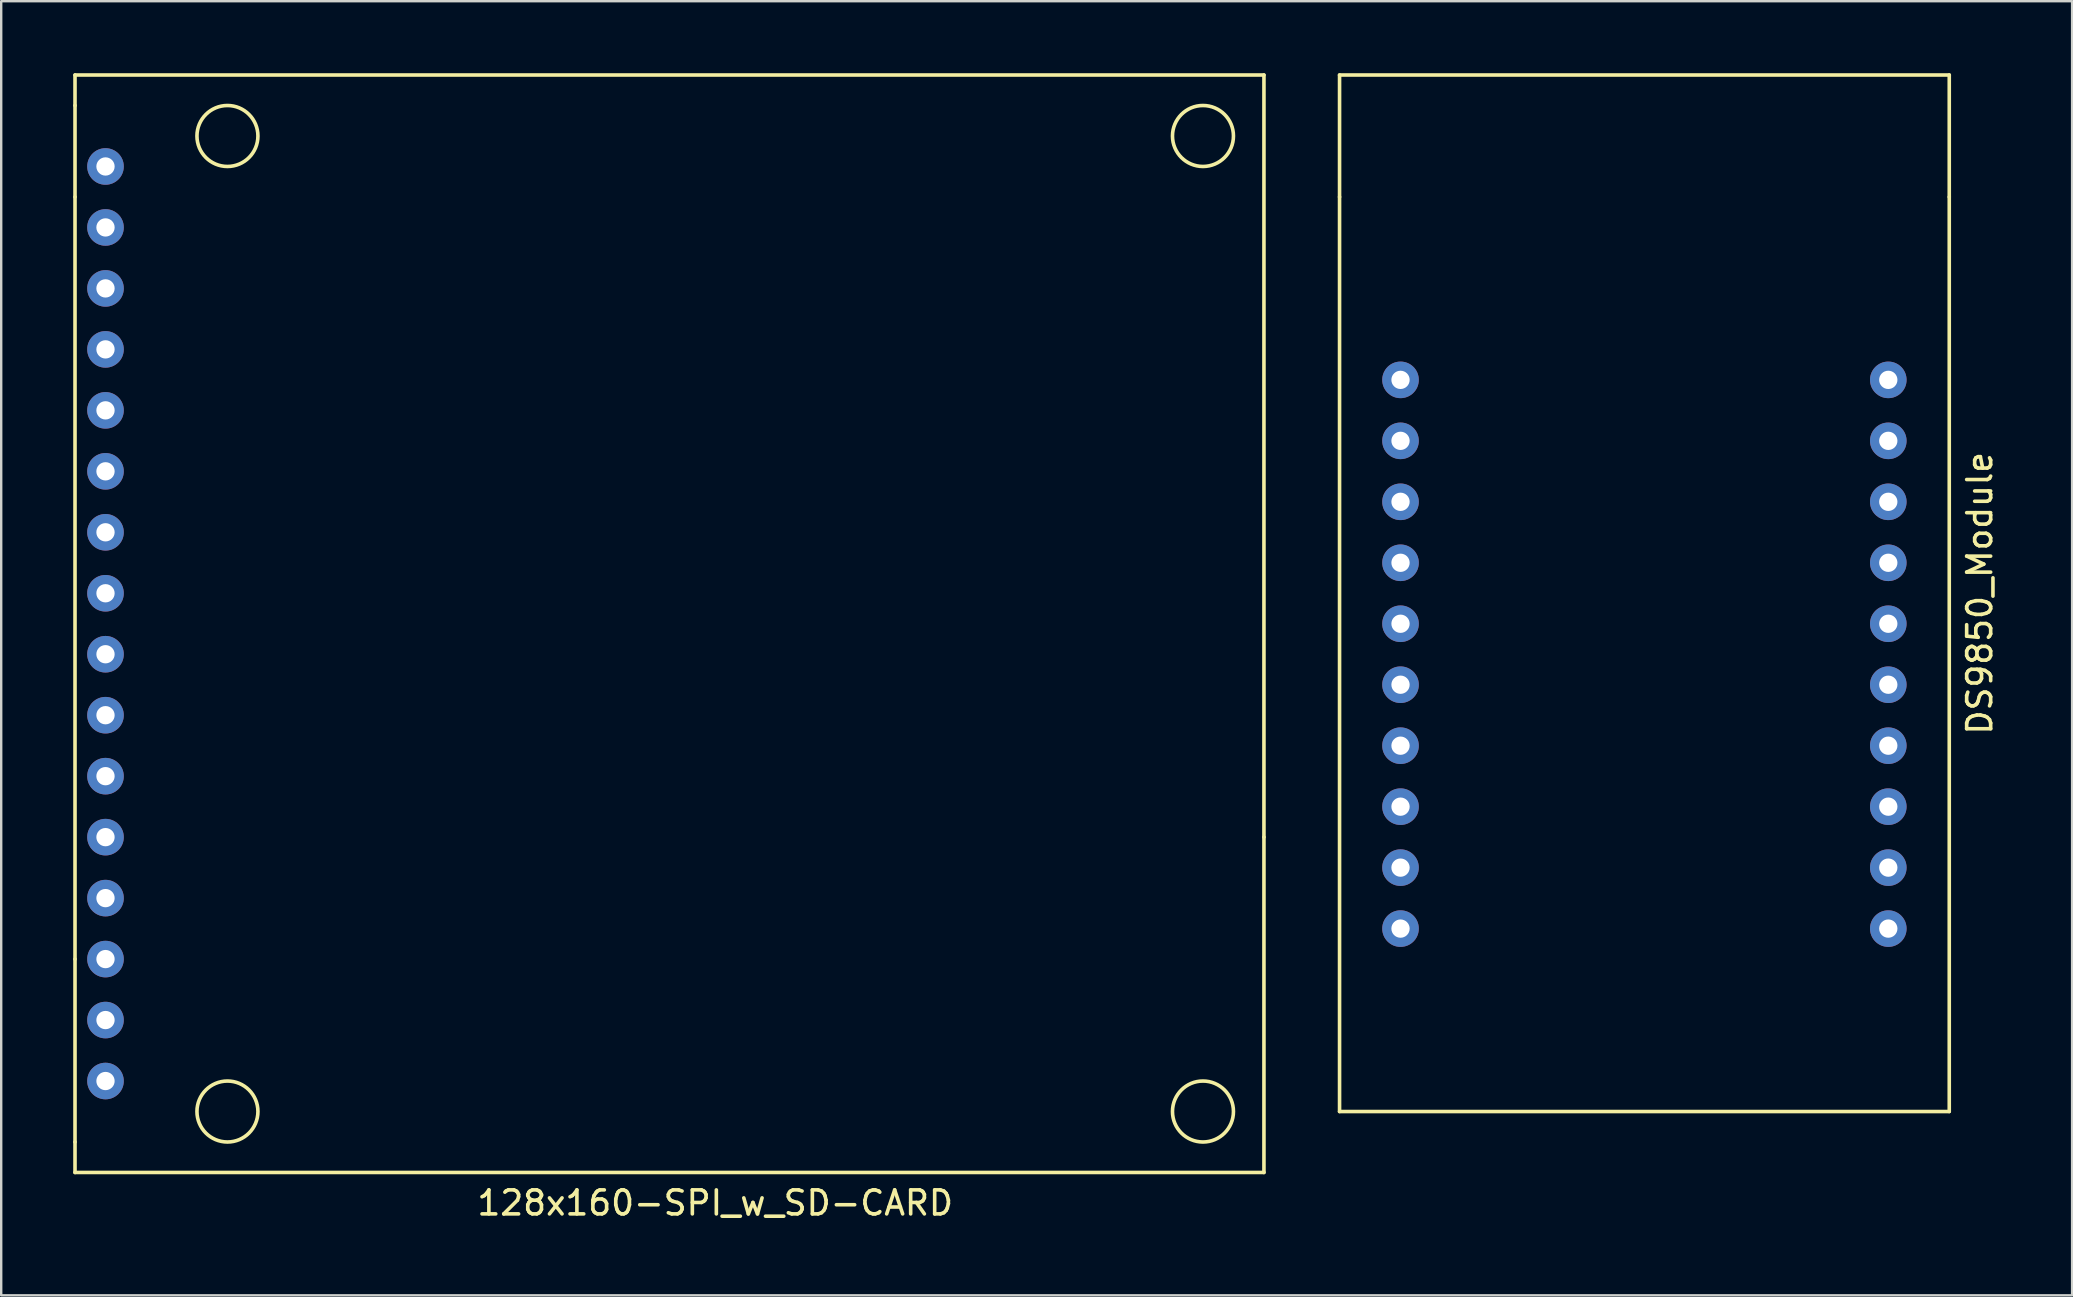
<source format=kicad_pcb>
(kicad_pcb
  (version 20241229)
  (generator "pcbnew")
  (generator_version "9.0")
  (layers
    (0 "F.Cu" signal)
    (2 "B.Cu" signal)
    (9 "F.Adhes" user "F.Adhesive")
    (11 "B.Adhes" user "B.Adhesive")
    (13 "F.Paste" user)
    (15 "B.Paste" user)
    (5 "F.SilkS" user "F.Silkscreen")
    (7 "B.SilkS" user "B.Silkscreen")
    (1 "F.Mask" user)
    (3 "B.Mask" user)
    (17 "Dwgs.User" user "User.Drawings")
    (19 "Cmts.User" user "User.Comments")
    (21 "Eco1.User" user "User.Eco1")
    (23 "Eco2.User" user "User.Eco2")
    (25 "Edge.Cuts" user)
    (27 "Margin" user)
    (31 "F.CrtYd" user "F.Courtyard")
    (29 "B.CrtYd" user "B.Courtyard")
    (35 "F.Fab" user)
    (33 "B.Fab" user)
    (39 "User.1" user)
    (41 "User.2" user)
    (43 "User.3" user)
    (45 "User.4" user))
  (footprint "128x160-SPI_w_SD-CARD"
    (layer "F.Cu")
    (at 26.745 16.585)
    (property "Reference" "128x160-SPI_w_SD-CARD" (at 0 30.48 0) (layer "F.SilkS") (effects (font (size 1 1) (thickness 0.15))))
    (attr through_hole)
    (fp_line (start -26.67 -16.51) (end 22.86 -16.51) (stroke (width 0.15) (type solid)) (layer "F.SilkS"))
    (fp_line (start -26.67 -15.24) (end -26.67 -16.51) (stroke (width 0.15) (type solid)) (layer "F.SilkS"))
    (fp_line (start -26.67 -11.43) (end -26.67 -15.24) (stroke (width 0.15) (type solid)) (layer "F.SilkS"))
    (fp_line (start -26.67 20.32) (end -26.67 -11.43) (stroke (width 0.15) (type solid)) (layer "F.SilkS"))
    (fp_line (start -26.67 27.94) (end -26.67 20.32) (stroke (width 0.15) (type solid)) (layer "F.SilkS"))
    (fp_line (start -26.67 29.21) (end -26.67 27.94) (stroke (width 0.15) (type solid)) (layer "F.SilkS"))
    (fp_line (start -26.67 29.21) (end 22.86 29.21) (stroke (width 0.15) (type solid)) (layer "F.SilkS"))
    (fp_line (start 22.86 -16.51) (end 22.86 15.24) (stroke (width 0.15) (type solid)) (layer "F.SilkS"))
    (fp_line (start 22.86 15.24) (end 22.86 29.21) (stroke (width 0.15) (type solid)) (layer "F.SilkS"))
    (fp_circle (center -20.32 -13.97) (end -19.05 -13.97) (stroke (width 0.15) (type solid)) (fill no) (layer "F.SilkS"))
    (fp_circle (center -20.32 26.67) (end -20.32 27.94) (stroke (width 0.15) (type solid)) (fill no) (layer "F.SilkS"))
    (fp_circle (center 20.32 -13.97) (end 20.32 -15.24) (stroke (width 0.15) (type solid)) (fill no) (layer "F.SilkS"))
    (fp_circle (center 20.32 26.67) (end 20.32 25.4) (stroke (width 0.15) (type solid)) (fill no) (layer "F.SilkS"))
    (pad "1" thru_hole circle (at -25.4 25.4) (size 1.524 1.524) (drill 0.762) (layers "*.Cu" "*.Mask"))
    (pad "2" thru_hole circle (at -25.4 22.86) (size 1.524 1.524) (drill 0.762) (layers "*.Cu" "*.Mask"))
    (pad "3" thru_hole circle (at -25.4 20.32) (size 1.524 1.524) (drill 0.762) (layers "*.Cu" "*.Mask"))
    (pad "4" thru_hole circle (at -25.4 17.78) (size 1.524 1.524) (drill 0.762) (layers "*.Cu" "*.Mask"))
    (pad "5" thru_hole circle (at -25.4 15.24) (size 1.524 1.524) (drill 0.762) (layers "*.Cu" "*.Mask"))
    (pad "6" thru_hole circle (at -25.4 12.7) (size 1.524 1.524) (drill 0.762) (layers "*.Cu" "*.Mask"))
    (pad "7" thru_hole circle (at -25.4 10.16) (size 1.524 1.524) (drill 0.762) (layers "*.Cu" "*.Mask"))
    (pad "8" thru_hole circle (at -25.4 7.62) (size 1.524 1.524) (drill 0.762) (layers "*.Cu" "*.Mask"))
    (pad "9" thru_hole circle (at -25.4 5.08) (size 1.524 1.524) (drill 0.762) (layers "*.Cu" "*.Mask"))
    (pad "10" thru_hole circle (at -25.4 2.54) (size 1.524 1.524) (drill 0.762) (layers "*.Cu" "*.Mask"))
    (pad "11" thru_hole circle (at -25.4 0) (size 1.524 1.524) (drill 0.762) (layers "*.Cu" "*.Mask"))
    (pad "12" thru_hole circle (at -25.4 -2.54) (size 1.524 1.524) (drill 0.762) (layers "*.Cu" "*.Mask"))
    (pad "13" thru_hole circle (at -25.4 -5.08) (size 1.524 1.524) (drill 0.762) (layers "*.Cu" "*.Mask"))
    (pad "14" thru_hole circle (at -25.4 -7.62) (size 1.524 1.524) (drill 0.762) (layers "*.Cu" "*.Mask"))
    (pad "15" thru_hole circle (at -25.4 -10.16) (size 1.524 1.524) (drill 0.762) (layers "*.Cu" "*.Mask"))
    (pad "16" thru_hole circle (at -25.4 -12.7) (size 1.524 1.524) (drill 0.762) (layers "*.Cu" "*.Mask")))
  (footprint "DS9850_Module"
    (layer "F.Cu")
    (at 65.455 24.205)
    (property "Reference" "DS9850_Module" (at 13.97 -2.54 90) (layer "F.SilkS") (effects (font (size 1 1) (thickness 0.15))))
    (attr through_hole)
    (fp_line (start -12.7 -24.13) (end -12.7 -19.05) (stroke (width 0.15) (type solid)) (layer "F.SilkS"))
    (fp_line (start -12.7 -19.05) (end -12.7 19.05) (stroke (width 0.15) (type solid)) (layer "F.SilkS"))
    (fp_line (start -12.7 19.05) (end 12.7 19.05) (stroke (width 0.15) (type solid)) (layer "F.SilkS"))
    (fp_line (start 12.7 -24.13) (end -12.7 -24.13) (stroke (width 0.15) (type solid)) (layer "F.SilkS"))
    (fp_line (start 12.7 -24.13) (end 12.7 -19.05) (stroke (width 0.15) (type solid)) (layer "F.SilkS"))
    (fp_line (start 12.7 19.05) (end 12.7 -19.05) (stroke (width 0.15) (type solid)) (layer "F.SilkS"))
    (pad "1" thru_hole circle (at -10.16 -11.43) (size 1.524 1.524) (drill 0.762) (layers "*.Cu" "*.Mask"))
    (pad "2" thru_hole circle (at -10.16 -8.89 90) (size 1.524 1.524) (drill 0.762) (layers "*.Cu" "*.Mask"))
    (pad "3" thru_hole circle (at -10.16 -6.35) (size 1.524 1.524) (drill 0.762) (layers "*.Cu" "*.Mask"))
    (pad "4" thru_hole circle (at -10.16 -3.81) (size 1.524 1.524) (drill 0.762) (layers "*.Cu" "*.Mask"))
    (pad "5" thru_hole circle (at -10.16 -1.27) (size 1.524 1.524) (drill 0.762) (layers "*.Cu" "*.Mask"))
    (pad "6" thru_hole circle (at -10.16 1.27) (size 1.524 1.524) (drill 0.762) (layers "*.Cu" "*.Mask"))
    (pad "7" thru_hole circle (at -10.16 3.81) (size 1.524 1.524) (drill 0.762) (layers "*.Cu" "*.Mask"))
    (pad "8" thru_hole circle (at -10.16 6.35) (size 1.524 1.524) (drill 0.762) (layers "*.Cu" "*.Mask"))
    (pad "9" thru_hole circle (at -10.16 8.89) (size 1.524 1.524) (drill 0.762) (layers "*.Cu" "*.Mask"))
    (pad "10" thru_hole circle (at -10.16 11.43) (size 1.524 1.524) (drill 0.762) (layers "*.Cu" "*.Mask"))
    (pad "11" thru_hole circle (at 10.16 11.43) (size 1.524 1.524) (drill 0.762) (layers "*.Cu" "*.Mask"))
    (pad "12" thru_hole circle (at 10.16 8.89) (size 1.524 1.524) (drill 0.762) (layers "*.Cu" "*.Mask"))
    (pad "13" thru_hole circle (at 10.16 6.35) (size 1.524 1.524) (drill 0.762) (layers "*.Cu" "*.Mask"))
    (pad "14" thru_hole circle (at 10.16 3.81) (size 1.524 1.524) (drill 0.762) (layers "*.Cu" "*.Mask"))
    (pad "15" thru_hole circle (at 10.16 1.27) (size 1.524 1.524) (drill 0.762) (layers "*.Cu" "*.Mask"))
    (pad "16" thru_hole circle (at 10.16 -1.27) (size 1.524 1.524) (drill 0.762) (layers "*.Cu" "*.Mask"))
    (pad "17" thru_hole circle (at 10.16 -3.81) (size 1.524 1.524) (drill 0.762) (layers "*.Cu" "*.Mask"))
    (pad "18" thru_hole circle (at 10.16 -6.35) (size 1.524 1.524) (drill 0.762) (layers "*.Cu" "*.Mask"))
    (pad "19" thru_hole circle (at 10.16 -8.89) (size 1.524 1.524) (drill 0.762) (layers "*.Cu" "*.Mask"))
    (pad "20" thru_hole circle (at 10.16 -11.43) (size 1.524 1.524) (drill 0.762) (layers "*.Cu" "*.Mask")))
  (gr_rect
    (start -3 -3)
    (end 83.273 50.913)
    (stroke (width 0.1) (type default))
    (fill no)
    (layer "Edge.Cuts")))
</source>
